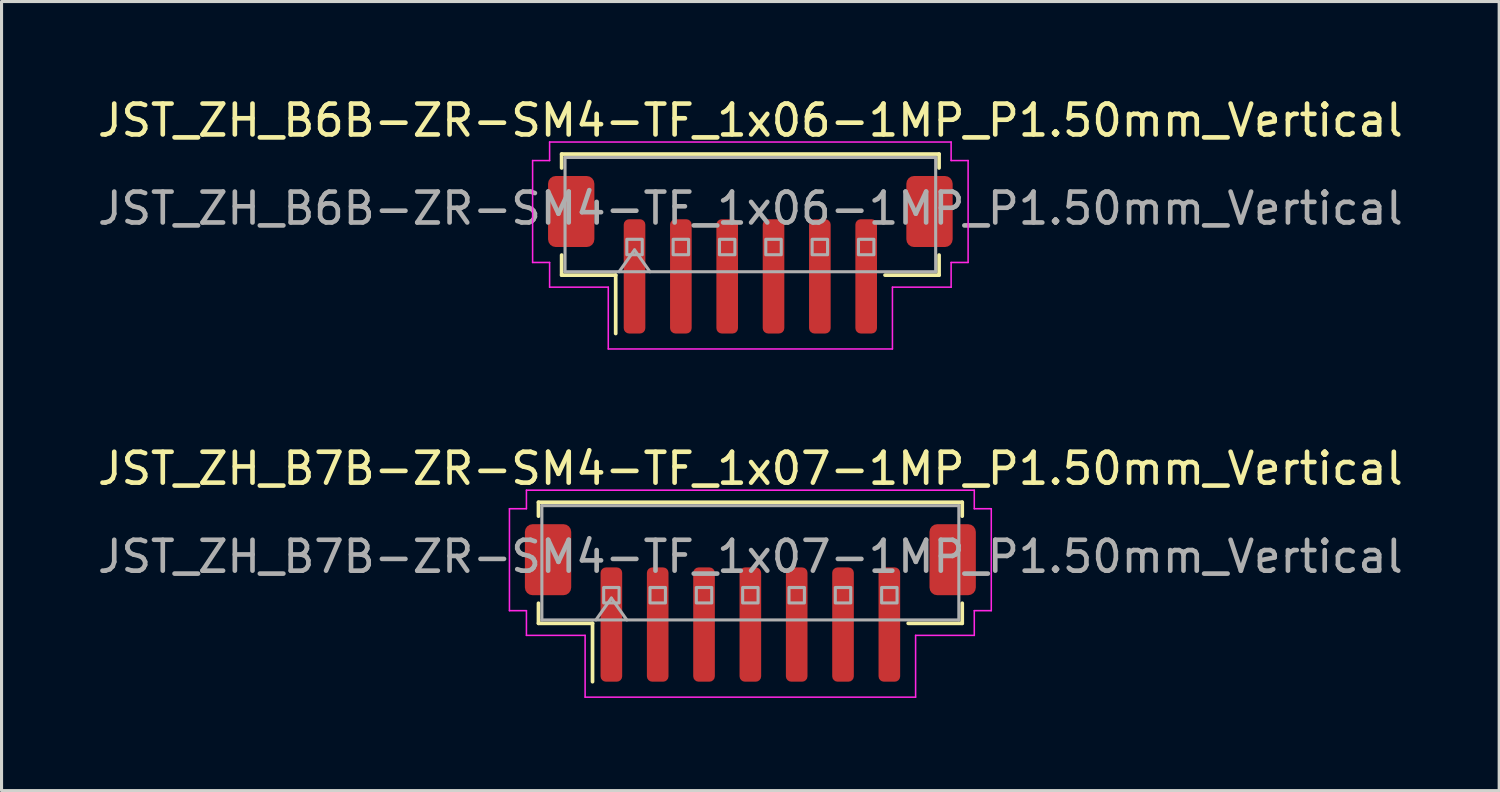
<source format=kicad_pcb>
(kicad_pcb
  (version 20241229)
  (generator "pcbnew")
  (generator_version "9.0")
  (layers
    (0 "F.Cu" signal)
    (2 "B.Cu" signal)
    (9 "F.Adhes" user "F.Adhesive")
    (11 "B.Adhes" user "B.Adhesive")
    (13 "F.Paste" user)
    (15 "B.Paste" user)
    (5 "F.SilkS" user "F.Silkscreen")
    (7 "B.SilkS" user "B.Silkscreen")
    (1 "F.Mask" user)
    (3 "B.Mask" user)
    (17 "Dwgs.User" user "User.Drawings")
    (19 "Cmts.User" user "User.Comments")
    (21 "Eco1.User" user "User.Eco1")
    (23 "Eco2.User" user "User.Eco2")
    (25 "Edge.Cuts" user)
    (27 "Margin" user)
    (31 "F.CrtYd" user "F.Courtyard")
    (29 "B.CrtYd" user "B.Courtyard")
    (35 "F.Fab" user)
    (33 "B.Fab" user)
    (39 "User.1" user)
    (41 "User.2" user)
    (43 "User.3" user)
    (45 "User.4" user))
  (footprint "JST_ZH_B7B-ZR-SM4-TF_1x07-1MP_P1.50mm_Vertical"
    (layer "F.Cu")
    (at 21.244 16.471)
    (property "Reference" "JST_ZH_B7B-ZR-SM4-TF_1x07-1MP_P1.50mm_Vertical" (at 0 -4.35 0) (layer "F.SilkS") (effects (font (size 1 1) (thickness 0.15))))
    (attr smd)
    (fp_line (start -6.86 -3.26) (end 6.86 -3.26) (stroke (width 0.12) (type solid)) (layer "F.SilkS"))
    (fp_line (start -6.86 -2.81) (end -6.86 -3.26) (stroke (width 0.12) (type solid)) (layer "F.SilkS"))
    (fp_line (start -6.86 0.01) (end -6.86 0.66) (stroke (width 0.12) (type solid)) (layer "F.SilkS"))
    (fp_line (start -6.86 0.66) (end -5.11 0.66) (stroke (width 0.12) (type solid)) (layer "F.SilkS"))
    (fp_line (start -5.11 0.66) (end -5.11 2.55) (stroke (width 0.12) (type solid)) (layer "F.SilkS"))
    (fp_line (start 6.86 -3.26) (end 6.86 -2.81) (stroke (width 0.12) (type solid)) (layer "F.SilkS"))
    (fp_line (start 6.86 0.01) (end 6.86 0.66) (stroke (width 0.12) (type solid)) (layer "F.SilkS"))
    (fp_line (start 6.86 0.66) (end 5.11 0.66) (stroke (width 0.12) (type solid)) (layer "F.SilkS"))
    (fp_line (start -7.8 -3.05) (end -7.25 -3.05) (stroke (width 0.05) (type solid)) (layer "F.CrtYd"))
    (fp_line (start -7.8 0.25) (end -7.8 -3.05) (stroke (width 0.05) (type solid)) (layer "F.CrtYd"))
    (fp_line (start -7.25 -3.65) (end 7.25 -3.65) (stroke (width 0.05) (type solid)) (layer "F.CrtYd"))
    (fp_line (start -7.25 -3.05) (end -7.25 -3.65) (stroke (width 0.05) (type solid)) (layer "F.CrtYd"))
    (fp_line (start -7.25 0.25) (end -7.8 0.25) (stroke (width 0.05) (type solid)) (layer "F.CrtYd"))
    (fp_line (start -7.25 1.05) (end -7.25 0.25) (stroke (width 0.05) (type solid)) (layer "F.CrtYd"))
    (fp_line (start -5.35 1.05) (end -7.25 1.05) (stroke (width 0.05) (type solid)) (layer "F.CrtYd"))
    (fp_line (start -5.35 3.05) (end -5.35 1.05) (stroke (width 0.05) (type solid)) (layer "F.CrtYd"))
    (fp_line (start 5.35 1.05) (end 5.35 3.05) (stroke (width 0.05) (type solid)) (layer "F.CrtYd"))
    (fp_line (start 5.35 3.05) (end -5.35 3.05) (stroke (width 0.05) (type solid)) (layer "F.CrtYd"))
    (fp_line (start 7.25 -3.65) (end 7.25 -3.05) (stroke (width 0.05) (type solid)) (layer "F.CrtYd"))
    (fp_line (start 7.25 -3.05) (end 7.8 -3.05) (stroke (width 0.05) (type solid)) (layer "F.CrtYd"))
    (fp_line (start 7.25 0.25) (end 7.25 1.05) (stroke (width 0.05) (type solid)) (layer "F.CrtYd"))
    (fp_line (start 7.25 1.05) (end 5.35 1.05) (stroke (width 0.05) (type solid)) (layer "F.CrtYd"))
    (fp_line (start 7.8 -3.05) (end 7.8 0.25) (stroke (width 0.05) (type solid)) (layer "F.CrtYd"))
    (fp_line (start 7.8 0.25) (end 7.25 0.25) (stroke (width 0.05) (type solid)) (layer "F.CrtYd"))
    (fp_line (start -6.75 -3.15) (end 6.75 -3.15) (stroke (width 0.1) (type solid)) (layer "F.Fab"))
    (fp_line (start -6.75 0.55) (end -6.75 -3.15) (stroke (width 0.1) (type solid)) (layer "F.Fab"))
    (fp_line (start -6.75 0.55) (end 6.75 0.55) (stroke (width 0.1) (type solid)) (layer "F.Fab"))
    (fp_line (start -5 0.55) (end -4.5 -0.157) (stroke (width 0.1) (type solid)) (layer "F.Fab"))
    (fp_line (start -4.5 -0.157) (end -4 0.55) (stroke (width 0.1) (type solid)) (layer "F.Fab"))
    (fp_line (start 6.75 0.55) (end 6.75 -3.15) (stroke (width 0.1) (type solid)) (layer "F.Fab"))
    (fp_rect (start -4.75 -0.5) (end -4.25 0) (stroke (width 0.1) (type solid)) (fill no) (layer "F.Fab"))
    (fp_rect (start -3.25 -0.5) (end -2.75 0) (stroke (width 0.1) (type solid)) (fill no) (layer "F.Fab"))
    (fp_rect (start -1.75 -0.5) (end -1.25 0) (stroke (width 0.1) (type solid)) (fill no) (layer "F.Fab"))
    (fp_rect (start -0.25 -0.5) (end 0.25 0) (stroke (width 0.1) (type solid)) (fill no) (layer "F.Fab"))
    (fp_rect (start 1.25 -0.5) (end 1.75 0) (stroke (width 0.1) (type solid)) (fill no) (layer "F.Fab"))
    (fp_rect (start 2.75 -0.5) (end 3.25 0) (stroke (width 0.1) (type solid)) (fill no) (layer "F.Fab"))
    (fp_rect (start 4.25 -0.5) (end 4.75 0) (stroke (width 0.1) (type solid)) (fill no) (layer "F.Fab"))
    (fp_text user "${REFERENCE}" (at 0 -1.5 0) (layer "F.Fab") (effects (font (size 1 1) (thickness 0.15))))
    (pad "1" smd roundrect (at -4.5 0.7) (size 0.7 3.7) (layers "F.Cu" "F.Mask" "F.Paste") (roundrect_rratio 0.25))
    (pad "2" smd roundrect (at -3 0.7) (size 0.7 3.7) (layers "F.Cu" "F.Mask" "F.Paste") (roundrect_rratio 0.25))
    (pad "3" smd roundrect (at -1.5 0.7) (size 0.7 3.7) (layers "F.Cu" "F.Mask" "F.Paste") (roundrect_rratio 0.25))
    (pad "4" smd roundrect (at 0 0.7) (size 0.7 3.7) (layers "F.Cu" "F.Mask" "F.Paste") (roundrect_rratio 0.25))
    (pad "5" smd roundrect (at 1.5 0.7) (size 0.7 3.7) (layers "F.Cu" "F.Mask" "F.Paste") (roundrect_rratio 0.25))
    (pad "6" smd roundrect (at 3 0.7) (size 0.7 3.7) (layers "F.Cu" "F.Mask" "F.Paste") (roundrect_rratio 0.25))
    (pad "7" smd roundrect (at 4.5 0.7) (size 0.7 3.7) (layers "F.Cu" "F.Mask" "F.Paste") (roundrect_rratio 0.25))
    (pad "MP" smd roundrect (at -6.55 -1.4) (size 1.5 2.3) (layers "F.Cu" "F.Mask" "F.Paste") (roundrect_rratio 0.167))
    (pad "MP" smd roundrect (at 6.55 -1.4) (size 1.5 2.3) (layers "F.Cu" "F.Mask" "F.Paste") (roundrect_rratio 0.167)))
  (footprint "JST_ZH_B6B-ZR-SM4-TF_1x06-1MP_P1.50mm_Vertical"
    (layer "F.Cu")
    (at 21.244 5.198)
    (property "Reference" "JST_ZH_B6B-ZR-SM4-TF_1x06-1MP_P1.50mm_Vertical" (at 0 -4.35 0) (layer "F.SilkS") (effects (font (size 1 1) (thickness 0.15))))
    (attr smd)
    (fp_line (start -6.11 -3.26) (end 6.11 -3.26) (stroke (width 0.12) (type solid)) (layer "F.SilkS"))
    (fp_line (start -6.11 -2.81) (end -6.11 -3.26) (stroke (width 0.12) (type solid)) (layer "F.SilkS"))
    (fp_line (start -6.11 0.01) (end -6.11 0.66) (stroke (width 0.12) (type solid)) (layer "F.SilkS"))
    (fp_line (start -6.11 0.66) (end -4.36 0.66) (stroke (width 0.12) (type solid)) (layer "F.SilkS"))
    (fp_line (start -4.36 0.66) (end -4.36 2.55) (stroke (width 0.12) (type solid)) (layer "F.SilkS"))
    (fp_line (start 6.11 -3.26) (end 6.11 -2.81) (stroke (width 0.12) (type solid)) (layer "F.SilkS"))
    (fp_line (start 6.11 0.01) (end 6.11 0.66) (stroke (width 0.12) (type solid)) (layer "F.SilkS"))
    (fp_line (start 6.11 0.66) (end 4.36 0.66) (stroke (width 0.12) (type solid)) (layer "F.SilkS"))
    (fp_line (start -7.05 -3.05) (end -6.5 -3.05) (stroke (width 0.05) (type solid)) (layer "F.CrtYd"))
    (fp_line (start -7.05 0.25) (end -7.05 -3.05) (stroke (width 0.05) (type solid)) (layer "F.CrtYd"))
    (fp_line (start -6.5 -3.65) (end 6.5 -3.65) (stroke (width 0.05) (type solid)) (layer "F.CrtYd"))
    (fp_line (start -6.5 -3.05) (end -6.5 -3.65) (stroke (width 0.05) (type solid)) (layer "F.CrtYd"))
    (fp_line (start -6.5 0.25) (end -7.05 0.25) (stroke (width 0.05) (type solid)) (layer "F.CrtYd"))
    (fp_line (start -6.5 1.05) (end -6.5 0.25) (stroke (width 0.05) (type solid)) (layer "F.CrtYd"))
    (fp_line (start -4.6 1.05) (end -6.5 1.05) (stroke (width 0.05) (type solid)) (layer "F.CrtYd"))
    (fp_line (start -4.6 3.05) (end -4.6 1.05) (stroke (width 0.05) (type solid)) (layer "F.CrtYd"))
    (fp_line (start 4.6 1.05) (end 4.6 3.05) (stroke (width 0.05) (type solid)) (layer "F.CrtYd"))
    (fp_line (start 4.6 3.05) (end -4.6 3.05) (stroke (width 0.05) (type solid)) (layer "F.CrtYd"))
    (fp_line (start 6.5 -3.65) (end 6.5 -3.05) (stroke (width 0.05) (type solid)) (layer "F.CrtYd"))
    (fp_line (start 6.5 -3.05) (end 7.05 -3.05) (stroke (width 0.05) (type solid)) (layer "F.CrtYd"))
    (fp_line (start 6.5 0.25) (end 6.5 1.05) (stroke (width 0.05) (type solid)) (layer "F.CrtYd"))
    (fp_line (start 6.5 1.05) (end 4.6 1.05) (stroke (width 0.05) (type solid)) (layer "F.CrtYd"))
    (fp_line (start 7.05 -3.05) (end 7.05 0.25) (stroke (width 0.05) (type solid)) (layer "F.CrtYd"))
    (fp_line (start 7.05 0.25) (end 6.5 0.25) (stroke (width 0.05) (type solid)) (layer "F.CrtYd"))
    (fp_line (start -6 -3.15) (end 6 -3.15) (stroke (width 0.1) (type solid)) (layer "F.Fab"))
    (fp_line (start -6 0.55) (end -6 -3.15) (stroke (width 0.1) (type solid)) (layer "F.Fab"))
    (fp_line (start -6 0.55) (end 6 0.55) (stroke (width 0.1) (type solid)) (layer "F.Fab"))
    (fp_line (start -4.25 0.55) (end -3.75 -0.157) (stroke (width 0.1) (type solid)) (layer "F.Fab"))
    (fp_line (start -3.75 -0.157) (end -3.25 0.55) (stroke (width 0.1) (type solid)) (layer "F.Fab"))
    (fp_line (start 6 0.55) (end 6 -3.15) (stroke (width 0.1) (type solid)) (layer "F.Fab"))
    (fp_rect (start -4 -0.5) (end -3.5 0) (stroke (width 0.1) (type solid)) (fill no) (layer "F.Fab"))
    (fp_rect (start -2.5 -0.5) (end -2 0) (stroke (width 0.1) (type solid)) (fill no) (layer "F.Fab"))
    (fp_rect (start -1 -0.5) (end -0.5 0) (stroke (width 0.1) (type solid)) (fill no) (layer "F.Fab"))
    (fp_rect (start 0.5 -0.5) (end 1 0) (stroke (width 0.1) (type solid)) (fill no) (layer "F.Fab"))
    (fp_rect (start 2 -0.5) (end 2.5 0) (stroke (width 0.1) (type solid)) (fill no) (layer "F.Fab"))
    (fp_rect (start 3.5 -0.5) (end 4 0) (stroke (width 0.1) (type solid)) (fill no) (layer "F.Fab"))
    (fp_text user "${REFERENCE}" (at 0 -1.5 0) (layer "F.Fab") (effects (font (size 1 1) (thickness 0.15))))
    (pad "1" smd roundrect (at -3.75 0.7) (size 0.7 3.7) (layers "F.Cu" "F.Mask" "F.Paste") (roundrect_rratio 0.25))
    (pad "2" smd roundrect (at -2.25 0.7) (size 0.7 3.7) (layers "F.Cu" "F.Mask" "F.Paste") (roundrect_rratio 0.25))
    (pad "3" smd roundrect (at -0.75 0.7) (size 0.7 3.7) (layers "F.Cu" "F.Mask" "F.Paste") (roundrect_rratio 0.25))
    (pad "4" smd roundrect (at 0.75 0.7) (size 0.7 3.7) (layers "F.Cu" "F.Mask" "F.Paste") (roundrect_rratio 0.25))
    (pad "5" smd roundrect (at 2.25 0.7) (size 0.7 3.7) (layers "F.Cu" "F.Mask" "F.Paste") (roundrect_rratio 0.25))
    (pad "6" smd roundrect (at 3.75 0.7) (size 0.7 3.7) (layers "F.Cu" "F.Mask" "F.Paste") (roundrect_rratio 0.25))
    (pad "MP" smd roundrect (at -5.8 -1.4) (size 1.5 2.3) (layers "F.Cu" "F.Mask" "F.Paste") (roundrect_rratio 0.167))
    (pad "MP" smd roundrect (at 5.8 -1.4) (size 1.5 2.3) (layers "F.Cu" "F.Mask" "F.Paste") (roundrect_rratio 0.167)))
  (gr_rect
    (start -3 -3)
    (end 45.488 22.547)
    (stroke (width 0.1) (type default))
    (fill no)
    (layer "Edge.Cuts")))
</source>
